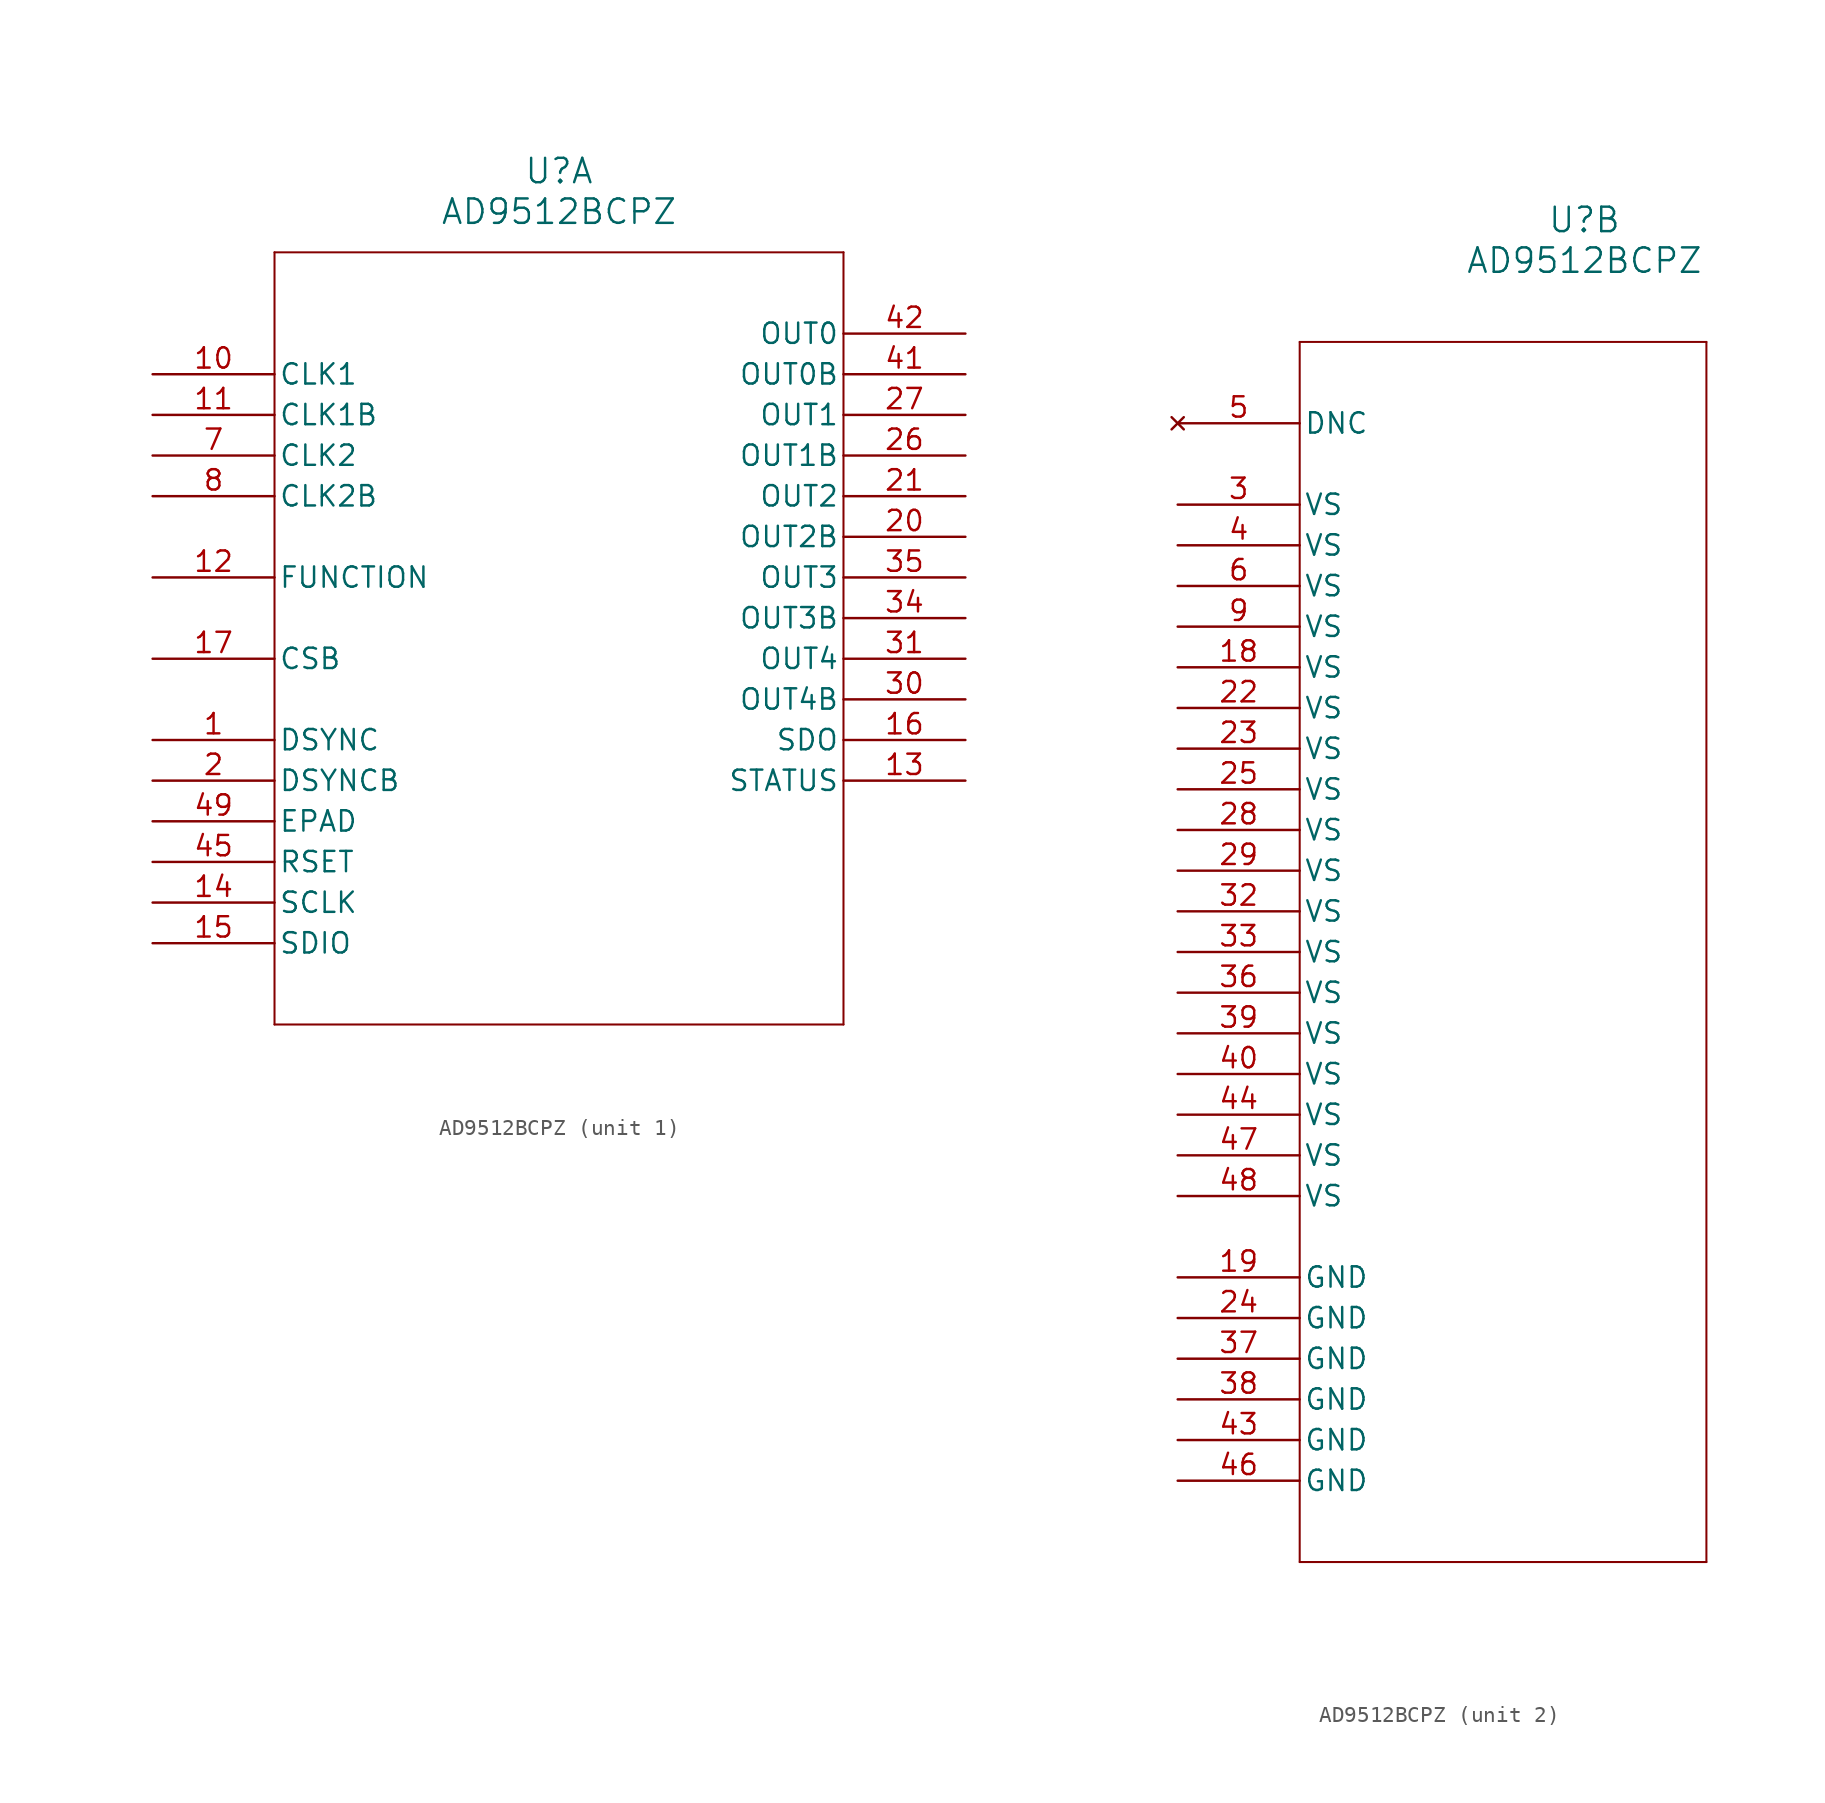
<source format=kicad_sym>
(kicad_symbol_lib
  (version 20211014)
  (generator kicad_symbol_editor)
  (symbol "AD9512BCPZ"
    (pin_names
      (offset 0.254))
    (property "Reference" "U"
      (at 25.4 12.7 0)
      (effects (font (size 1.524 1.524))))
    (property "Value" "AD9512BCPZ"
      (at 25.4 10.16 0)
      (effects (font (size 1.524 1.524))))
    (symbol "AD9512BCPZ_1_1"
      (polyline (pts (xy 7.62 7.62) (xy 7.62 -40.64)) (stroke (width 0.127) (type default) (color 0 0 0 0)) (fill (type none)))
      (polyline (pts (xy 7.62 -40.64) (xy 43.18 -40.64)) (stroke (width 0.127) (type default) (color 0 0 0 0)) (fill (type none)))
      (polyline (pts (xy 43.18 -40.64) (xy 43.18 7.62)) (stroke (width 0.127) (type default) (color 0 0 0 0)) (fill (type none)))
      (polyline (pts (xy 43.18 7.62) (xy 7.62 7.62)) (stroke (width 0.127) (type default) (color 0 0 0 0)) (fill (type none)))
      (pin unspecified line (at 0 -22.86 0) (length 7.62) (name "DSYNC" (effects (font (size 1.27 1.27)))) (number "1" (effects (font (size 1.27 1.27)))))
      (pin unspecified line (at 0 -25.4 0) (length 7.62) (name "DSYNCB" (effects (font (size 1.27 1.27)))) (number "2" (effects (font (size 1.27 1.27)))))
      (pin input line (at 0 -5.08 0) (length 7.62) (name "CLK2" (effects (font (size 1.27 1.27)))) (number "7" (effects (font (size 1.27 1.27)))))
      (pin input line (at 0 -7.62 0) (length 7.62) (name "CLK2B" (effects (font (size 1.27 1.27)))) (number "8" (effects (font (size 1.27 1.27)))))
      (pin input line (at 0 0 0) (length 7.62) (name "CLK1" (effects (font (size 1.27 1.27)))) (number "10" (effects (font (size 1.27 1.27)))))
      (pin input line (at 0 -2.54 0) (length 7.62) (name "CLK1B" (effects (font (size 1.27 1.27)))) (number "11" (effects (font (size 1.27 1.27)))))
      (pin input line (at 0 -12.7 0) (length 7.62) (name "FUNCTION" (effects (font (size 1.27 1.27)))) (number "12" (effects (font (size 1.27 1.27)))))
      (pin output line (at 50.8 -25.4 180) (length 7.62) (name "STATUS" (effects (font (size 1.27 1.27)))) (number "13" (effects (font (size 1.27 1.27)))))
      (pin unspecified line (at 0 -33.02 0) (length 7.62) (name "SCLK" (effects (font (size 1.27 1.27)))) (number "14" (effects (font (size 1.27 1.27)))))
      (pin bidirectional line (at 0 -35.56 0) (length 7.62) (name "SDIO" (effects (font (size 1.27 1.27)))) (number "15" (effects (font (size 1.27 1.27)))))
      (pin output line (at 50.8 -22.86 180) (length 7.62) (name "SDO" (effects (font (size 1.27 1.27)))) (number "16" (effects (font (size 1.27 1.27)))))
      (pin unspecified line (at 0 -17.78 0) (length 7.62) (name "CSB" (effects (font (size 1.27 1.27)))) (number "17" (effects (font (size 1.27 1.27)))))
      (pin output line (at 50.8 -10.16 180) (length 7.62) (name "OUT2B" (effects (font (size 1.27 1.27)))) (number "20" (effects (font (size 1.27 1.27)))))
      (pin output line (at 50.8 -7.62 180) (length 7.62) (name "OUT2" (effects (font (size 1.27 1.27)))) (number "21" (effects (font (size 1.27 1.27)))))
      (pin output line (at 50.8 -5.08 180) (length 7.62) (name "OUT1B" (effects (font (size 1.27 1.27)))) (number "26" (effects (font (size 1.27 1.27)))))
      (pin output line (at 50.8 -2.54 180) (length 7.62) (name "OUT1" (effects (font (size 1.27 1.27)))) (number "27" (effects (font (size 1.27 1.27)))))
      (pin output line (at 50.8 -20.32 180) (length 7.62) (name "OUT4B" (effects (font (size 1.27 1.27)))) (number "30" (effects (font (size 1.27 1.27)))))
      (pin output line (at 50.8 -17.78 180) (length 7.62) (name "OUT4" (effects (font (size 1.27 1.27)))) (number "31" (effects (font (size 1.27 1.27)))))
      (pin output line (at 50.8 -15.24 180) (length 7.62) (name "OUT3B" (effects (font (size 1.27 1.27)))) (number "34" (effects (font (size 1.27 1.27)))))
      (pin output line (at 50.8 -12.7 180) (length 7.62) (name "OUT3" (effects (font (size 1.27 1.27)))) (number "35" (effects (font (size 1.27 1.27)))))
      (pin output line (at 50.8 0 180) (length 7.62) (name "OUT0B" (effects (font (size 1.27 1.27)))) (number "41" (effects (font (size 1.27 1.27)))))
      (pin output line (at 50.8 2.54 180) (length 7.62) (name "OUT0" (effects (font (size 1.27 1.27)))) (number "42" (effects (font (size 1.27 1.27)))))
      (pin unspecified line (at 0 -30.48 0) (length 7.62) (name "RSET" (effects (font (size 1.27 1.27)))) (number "45" (effects (font (size 1.27 1.27)))))
      (pin unspecified line (at 0 -27.94 0) (length 7.62) (name "EPAD" (effects (font (size 1.27 1.27)))) (number "49" (effects (font (size 1.27 1.27))))))
    (symbol "AD9512BCPZ_2_1"
      (polyline (pts (xy 7.62 5.08) (xy 7.62 -71.12)) (stroke (width 0.127) (type default) (color 0 0 0 0)) (fill (type none)))
      (polyline (pts (xy 7.62 -71.12) (xy 33.02 -71.12)) (stroke (width 0.127) (type default) (color 0 0 0 0)) (fill (type none)))
      (polyline (pts (xy 33.02 -71.12) (xy 33.02 5.08)) (stroke (width 0.127) (type default) (color 0 0 0 0)) (fill (type none)))
      (polyline (pts (xy 33.02 5.08) (xy 7.62 5.08)) (stroke (width 0.127) (type default) (color 0 0 0 0)) (fill (type none)))
      (pin power_in line (at 0 -5.08 0) (length 7.62) (name "VS" (effects (font (size 1.27 1.27)))) (number "3" (effects (font (size 1.27 1.27)))))
      (pin power_in line (at 0 -7.62 0) (length 7.62) (name "VS" (effects (font (size 1.27 1.27)))) (number "4" (effects (font (size 1.27 1.27)))))
      (pin no_connect line (at 0 0 0) (length 7.62) (name "DNC" (effects (font (size 1.27 1.27)))) (number "5" (effects (font (size 1.27 1.27)))))
      (pin power_in line (at 0 -10.16 0) (length 7.62) (name "VS" (effects (font (size 1.27 1.27)))) (number "6" (effects (font (size 1.27 1.27)))))
      (pin power_in line (at 0 -12.7 0) (length 7.62) (name "VS" (effects (font (size 1.27 1.27)))) (number "9" (effects (font (size 1.27 1.27)))))
      (pin power_in line (at 0 -15.24 0) (length 7.62) (name "VS" (effects (font (size 1.27 1.27)))) (number "18" (effects (font (size 1.27 1.27)))))
      (pin power_in line (at 0 -53.34 0) (length 7.62) (name "GND" (effects (font (size 1.27 1.27)))) (number "19" (effects (font (size 1.27 1.27)))))
      (pin power_in line (at 0 -17.78 0) (length 7.62) (name "VS" (effects (font (size 1.27 1.27)))) (number "22" (effects (font (size 1.27 1.27)))))
      (pin power_in line (at 0 -20.32 0) (length 7.62) (name "VS" (effects (font (size 1.27 1.27)))) (number "23" (effects (font (size 1.27 1.27)))))
      (pin power_in line (at 0 -55.88 0) (length 7.62) (name "GND" (effects (font (size 1.27 1.27)))) (number "24" (effects (font (size 1.27 1.27)))))
      (pin power_in line (at 0 -22.86 0) (length 7.62) (name "VS" (effects (font (size 1.27 1.27)))) (number "25" (effects (font (size 1.27 1.27)))))
      (pin power_in line (at 0 -25.4 0) (length 7.62) (name "VS" (effects (font (size 1.27 1.27)))) (number "28" (effects (font (size 1.27 1.27)))))
      (pin power_in line (at 0 -27.94 0) (length 7.62) (name "VS" (effects (font (size 1.27 1.27)))) (number "29" (effects (font (size 1.27 1.27)))))
      (pin power_in line (at 0 -30.48 0) (length 7.62) (name "VS" (effects (font (size 1.27 1.27)))) (number "32" (effects (font (size 1.27 1.27)))))
      (pin power_in line (at 0 -33.02 0) (length 7.62) (name "VS" (effects (font (size 1.27 1.27)))) (number "33" (effects (font (size 1.27 1.27)))))
      (pin power_in line (at 0 -35.56 0) (length 7.62) (name "VS" (effects (font (size 1.27 1.27)))) (number "36" (effects (font (size 1.27 1.27)))))
      (pin power_in line (at 0 -58.42 0) (length 7.62) (name "GND" (effects (font (size 1.27 1.27)))) (number "37" (effects (font (size 1.27 1.27)))))
      (pin power_in line (at 0 -60.96 0) (length 7.62) (name "GND" (effects (font (size 1.27 1.27)))) (number "38" (effects (font (size 1.27 1.27)))))
      (pin power_in line (at 0 -38.1 0) (length 7.62) (name "VS" (effects (font (size 1.27 1.27)))) (number "39" (effects (font (size 1.27 1.27)))))
      (pin power_in line (at 0 -40.64 0) (length 7.62) (name "VS" (effects (font (size 1.27 1.27)))) (number "40" (effects (font (size 1.27 1.27)))))
      (pin power_in line (at 0 -63.5 0) (length 7.62) (name "GND" (effects (font (size 1.27 1.27)))) (number "43" (effects (font (size 1.27 1.27)))))
      (pin power_in line (at 0 -43.18 0) (length 7.62) (name "VS" (effects (font (size 1.27 1.27)))) (number "44" (effects (font (size 1.27 1.27)))))
      (pin power_in line (at 0 -66.04 0) (length 7.62) (name "GND" (effects (font (size 1.27 1.27)))) (number "46" (effects (font (size 1.27 1.27)))))
      (pin power_in line (at 0 -45.72 0) (length 7.62) (name "VS" (effects (font (size 1.27 1.27)))) (number "47" (effects (font (size 1.27 1.27)))))
      (pin power_in line (at 0 -48.26 0) (length 7.62) (name "VS" (effects (font (size 1.27 1.27)))) (number "48" (effects (font (size 1.27 1.27))))))))
</source>
